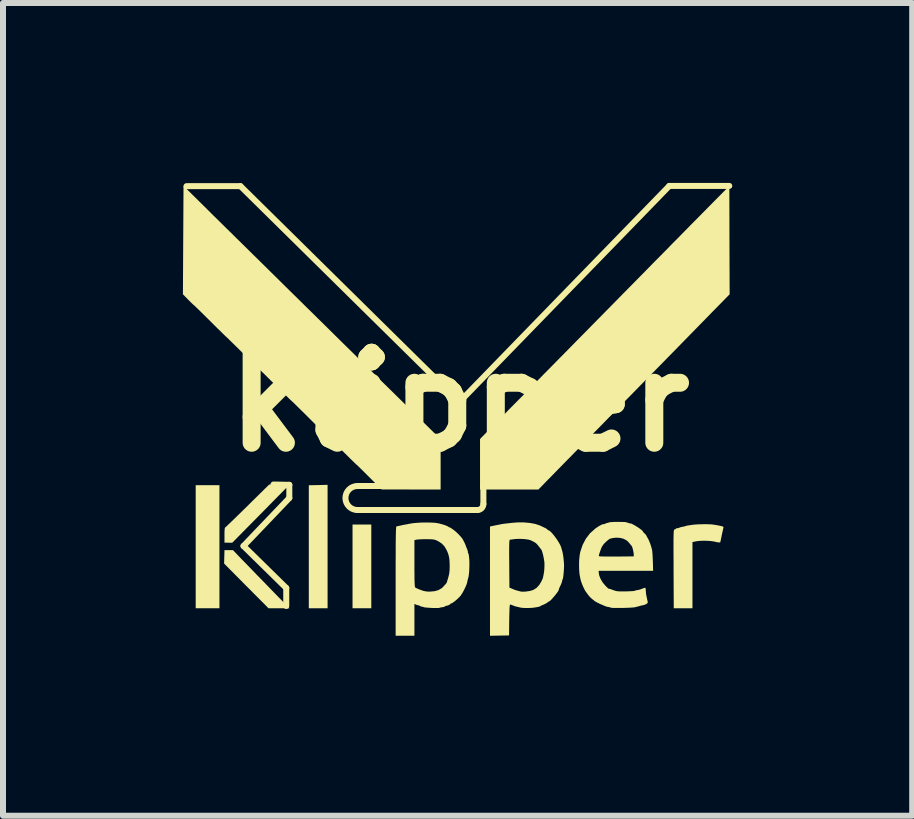
<source format=kicad_pcb>
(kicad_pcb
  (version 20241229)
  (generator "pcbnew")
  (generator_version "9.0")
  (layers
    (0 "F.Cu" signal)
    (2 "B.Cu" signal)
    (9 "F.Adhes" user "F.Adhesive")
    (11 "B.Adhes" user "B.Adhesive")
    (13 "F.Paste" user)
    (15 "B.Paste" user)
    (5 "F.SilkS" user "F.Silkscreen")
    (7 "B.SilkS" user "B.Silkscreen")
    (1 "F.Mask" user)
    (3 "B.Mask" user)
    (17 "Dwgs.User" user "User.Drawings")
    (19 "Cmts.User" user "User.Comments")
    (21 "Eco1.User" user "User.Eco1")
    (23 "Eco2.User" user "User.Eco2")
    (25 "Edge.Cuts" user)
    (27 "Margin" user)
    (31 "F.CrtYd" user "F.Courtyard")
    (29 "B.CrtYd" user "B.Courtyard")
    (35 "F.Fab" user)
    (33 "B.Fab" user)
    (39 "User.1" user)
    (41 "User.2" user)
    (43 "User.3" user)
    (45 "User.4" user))
  (footprint "klipper"
    (layer "F.Cu")
    (at 4.61 3.654)
    (property "Reference" "klipper" (at 0 0 0) (layer "F.SilkS") (effects (font (size 1.5 1.5) (thickness 0.3))))
    (attr board_only exclude_from_pos_files exclude_from_bom)
    (fp_line (start -4.55 -3.6) (end -3.65 -3.6) (stroke (width 0.1) (type default)) (layer "F.SilkS"))
    (fp_line (start -3.65 -3.6) (end 0 0) (stroke (width 0.1) (type default)) (layer "F.SilkS"))
    (fp_line (start -3.6 2.4) (end -2.887 3.1) (stroke (width 0.1) (type default)) (layer "F.SilkS"))
    (fp_line (start -2.887 3.4) (end -2.887 3.1) (stroke (width 0.1) (type default)) (layer "F.SilkS"))
    (fp_line (start -2.836 1.38) (end -3.1 1.375) (stroke (width 0.1) (type default)) (layer "F.SilkS"))
    (fp_line (start -2.836 1.38) (end -2.836 1.6) (stroke (width 0.1) (type default)) (layer "F.SilkS"))
    (fp_line (start -2.836 1.6) (end -3.6 2.4) (stroke (width 0.1) (type default)) (layer "F.SilkS"))
    (fp_line (start -1.7 1.4) (end -1 1.4) (stroke (width 0.1) (type default)) (layer "F.SilkS"))
    (fp_line (start 0.3 1.8) (end -1.7 1.8) (stroke (width 0.1) (type default)) (layer "F.SilkS"))
    (fp_line (start 0.4 1.7) (end 0.4 1.4) (stroke (width 0.1) (type default)) (layer "F.SilkS"))
    (fp_line (start 3.5 -3.604) (end 0 0) (stroke (width 0.1) (type default)) (layer "F.SilkS"))
    (fp_line (start 3.5 -3.604) (end 4.5 -3.604) (stroke (width 0.1) (type default)) (layer "F.SilkS"))
    (fp_arc (start -1.7 1.8) (mid -1.9 1.6) (end -1.7 1.4) (stroke (width 0.1) (type default)) (layer "F.SilkS"))
    (fp_arc (start 0.4 1.7) (mid 0.370711 1.770711) (end 0.3 1.8) (stroke (width 0.1) (type default)) (layer "F.SilkS"))
    (fp_poly (pts (xy -4.001 2.412) (xy -4.001 3.438) (xy -4.199 3.438) (xy -4.397 3.438) (xy -4.397 2.412) (xy -4.397 1.386) (xy -4.199 1.386) (xy -4.001 1.386)) (stroke (width 0) (type solid)) (fill yes) (layer "F.SilkS"))
    (fp_poly (pts (xy -2.198 2.409) (xy -2.198 3.438) (xy -2.355 3.438) (xy -2.511 3.438) (xy -2.511 2.412) (xy -2.511 1.387) (xy -2.355 1.384) (xy -2.198 1.38)) (stroke (width 0) (type solid)) (fill yes) (layer "F.SilkS"))
    (fp_poly (pts (xy -1.469 2.74) (xy -1.469 3.438) (xy -1.625 3.438) (xy -1.782 3.438) (xy -1.782 2.74) (xy -1.782 2.042) (xy -1.625 2.042) (xy -1.469 2.042)) (stroke (width 0) (type solid)) (fill yes) (layer "F.SilkS"))
    (fp_poly (pts (xy -3.673 2.576) (xy -3.648 2.602) (xy -3.611 2.64) (xy -3.562 2.69) (xy -3.505 2.749) (xy -3.44 2.816) (xy -3.371 2.888) (xy -3.297 2.963) (xy -3.222 3.04) (xy -3.148 3.117) (xy -3.075 3.192) (xy -3.006 3.263) (xy -2.943 3.327) (xy -2.887 3.384) (xy -2.868 3.404) (xy -2.834 3.438) (xy -3.009 3.438) (xy -3.183 3.438) (xy -3.553 3.066) (xy -3.923 2.693) (xy -3.92 2.581) (xy -3.917 2.469) (xy -3.846 2.469) (xy -3.775 2.469)) (stroke (width 0) (type solid)) (fill yes) (layer "F.SilkS"))
    (fp_poly (pts (xy -3.004 1.378) (xy -2.836 1.38) (xy -3.311 1.863) (xy -3.787 2.345) (xy -3.852 2.345) (xy -3.917 2.344) (xy -3.917 2.219) (xy -3.917 2.171) (xy -3.915 2.131) (xy -3.912 2.104) (xy -3.909 2.094) (xy -3.909 2.094) (xy -3.9 2.087) (xy -3.878 2.067) (xy -3.845 2.035) (xy -3.801 1.993) (xy -3.749 1.943) (xy -3.69 1.885) (xy -3.625 1.822) (xy -3.594 1.791) (xy -3.525 1.724) (xy -3.459 1.658) (xy -3.398 1.598) (xy -3.342 1.543) (xy -3.295 1.497) (xy -3.259 1.461) (xy -3.234 1.436) (xy -3.229 1.432) (xy -3.171 1.375)) (stroke (width 0) (type solid)) (fill yes) (layer "F.SilkS"))
    (fp_poly (pts (xy 4.197 2.039) (xy 4.253 2.046) (xy 4.31 2.056) (xy 4.313 2.056) (xy 4.333 2.061) (xy 4.363 2.067) (xy 4.368 2.068) (xy 4.393 2.075) (xy 4.403 2.085) (xy 4.402 2.098) (xy 4.396 2.122) (xy 4.389 2.155) (xy 4.386 2.167) (xy 4.378 2.202) (xy 4.372 2.233) (xy 4.371 2.24) (xy 4.364 2.272) (xy 4.36 2.292) (xy 4.354 2.317) (xy 4.352 2.331) (xy 4.348 2.339) (xy 4.333 2.341) (xy 4.305 2.338) (xy 4.262 2.329) (xy 4.238 2.324) (xy 4.189 2.317) (xy 4.128 2.313) (xy 4.063 2.312) (xy 4.001 2.315) (xy 3.951 2.321) (xy 3.946 2.322) (xy 3.886 2.335) (xy 3.886 2.887) (xy 3.886 3.438) (xy 3.73 3.438) (xy 3.574 3.438) (xy 3.571 2.782) (xy 3.571 2.648) (xy 3.57 2.534) (xy 3.57 2.438) (xy 3.57 2.358) (xy 3.57 2.293) (xy 3.571 2.242) (xy 3.572 2.202) (xy 3.573 2.172) (xy 3.575 2.151) (xy 3.577 2.138) (xy 3.58 2.13) (xy 3.583 2.126) (xy 3.587 2.125) (xy 3.602 2.12) (xy 3.605 2.115) (xy 3.614 2.107) (xy 3.626 2.105) (xy 3.653 2.1) (xy 3.665 2.095) (xy 3.687 2.087) (xy 3.718 2.08) (xy 3.723 2.079) (xy 3.751 2.074) (xy 3.77 2.068) (xy 3.773 2.067) (xy 3.788 2.062) (xy 3.815 2.057) (xy 3.821 2.056) (xy 3.859 2.051) (xy 3.896 2.045) (xy 3.896 2.045) (xy 3.921 2.043) (xy 3.961 2.04) (xy 4.011 2.038) (xy 4.063 2.037) (xy 4.137 2.037)) (stroke (width 0) (type solid)) (fill yes) (layer "F.SilkS"))
    (fp_poly (pts (xy 4.503 -2.7) (xy 4.506 -1.797) (xy 4.358 -1.646) (xy 4.244 -1.53) (xy 4.12 -1.403) (xy 3.989 -1.269) (xy 3.856 -1.133) (xy 3.724 -0.998) (xy 3.597 -0.868) (xy 3.479 -0.748) (xy 3.442 -0.71) (xy 3.366 -0.632) (xy 3.28 -0.545) (xy 3.189 -0.452) (xy 3.098 -0.36) (xy 3.012 -0.272) (xy 2.936 -0.194) (xy 2.931 -0.189) (xy 2.764 -0.019) (xy 2.611 0.138) (xy 2.469 0.282) (xy 2.338 0.416) (xy 2.216 0.54) (xy 2.102 0.657) (xy 1.995 0.766) (xy 1.913 0.849) (xy 1.844 0.92) (xy 1.77 0.995) (xy 1.696 1.071) (xy 1.624 1.144) (xy 1.559 1.211) (xy 1.504 1.268) (xy 1.487 1.284) (xy 1.317 1.459) (xy 0.83 1.459) (xy 0.344 1.459) (xy 0.344 1.037) (xy 0.344 0.616) (xy 0.413 0.545) (xy 0.435 0.523) (xy 0.47 0.487) (xy 0.515 0.441) (xy 0.57 0.386) (xy 0.631 0.323) (xy 0.698 0.255) (xy 0.769 0.184) (xy 0.816 0.135) (xy 0.902 0.048) (xy 0.998 -0.049) (xy 1.1 -0.152) (xy 1.204 -0.258) (xy 1.305 -0.36) (xy 1.4 -0.457) (xy 1.479 -0.537) (xy 1.564 -0.623) (xy 1.659 -0.72) (xy 1.761 -0.823) (xy 1.864 -0.928) (xy 1.966 -1.032) (xy 2.061 -1.128) (xy 2.141 -1.209) (xy 2.227 -1.297) (xy 2.324 -1.395) (xy 2.426 -1.499) (xy 2.531 -1.605) (xy 2.633 -1.709) (xy 2.729 -1.807) (xy 2.808 -1.887) (xy 2.961 -2.042) (xy 3.101 -2.184) (xy 3.228 -2.314) (xy 3.345 -2.432) (xy 3.452 -2.54) (xy 3.549 -2.64) (xy 3.64 -2.731) (xy 3.724 -2.817) (xy 3.803 -2.897) (xy 3.877 -2.973) (xy 3.95 -3.046) (xy 4.02 -3.117) (xy 4.09 -3.188) (xy 4.154 -3.253) (xy 4.501 -3.604)) (stroke (width 0) (type solid)) (fill yes) (layer "F.SilkS"))
    (fp_poly (pts (xy -4.282 -3.29) (xy -4.2 -3.209) (xy -4.108 -3.117) (xy -4.008 -3.019) (xy -3.906 -2.918) (xy -3.805 -2.819) (xy -3.71 -2.725) (xy -3.625 -2.642) (xy -3.451 -2.47) (xy -3.29 -2.312) (xy -3.142 -2.166) (xy -3.005 -2.031) (xy -2.879 -1.906) (xy -2.761 -1.79) (xy -2.651 -1.682) (xy -2.548 -1.58) (xy -2.45 -1.484) (xy -2.356 -1.391) (xy -2.265 -1.302) (xy -2.25 -1.287) (xy -2.078 -1.117) (xy -1.911 -0.952) (xy -1.749 -0.793) (xy -1.593 -0.639) (xy -1.444 -0.493) (xy -1.303 -0.353) (xy -1.17 -0.223) (xy -1.046 -0.101) (xy -0.932 0.011) (xy -0.828 0.113) (xy -0.736 0.204) (xy -0.656 0.282) (xy -0.589 0.348) (xy -0.535 0.401) (xy -0.503 0.433) (xy -0.313 0.618) (xy -0.313 1.038) (xy -0.313 1.459) (xy -0.805 1.458) (xy -1.297 1.457) (xy -1.505 1.25) (xy -1.559 1.196) (xy -1.608 1.147) (xy -1.65 1.106) (xy -1.683 1.073) (xy -1.706 1.051) (xy -1.717 1.042) (xy -1.717 1.042) (xy -1.725 1.035) (xy -1.746 1.015) (xy -1.779 0.983) (xy -1.821 0.942) (xy -1.871 0.892) (xy -1.928 0.836) (xy -1.988 0.776) (xy -2.049 0.715) (xy -2.105 0.659) (xy -2.156 0.61) (xy -2.198 0.569) (xy -2.23 0.537) (xy -2.251 0.517) (xy -2.258 0.51) (xy -2.266 0.503) (xy -2.287 0.483) (xy -2.32 0.452) (xy -2.362 0.41) (xy -2.412 0.361) (xy -2.469 0.305) (xy -2.529 0.245) (xy -2.59 0.184) (xy -2.647 0.128) (xy -2.697 0.079) (xy -2.739 0.037) (xy -2.771 0.006) (xy -2.792 -0.014) (xy -2.8 -0.021) (xy -2.808 -0.028) (xy -2.829 -0.048) (xy -2.862 -0.08) (xy -2.904 -0.121) (xy -2.954 -0.171) (xy -3.011 -0.227) (xy -3.071 -0.287) (xy -3.132 -0.347) (xy -3.189 -0.403) (xy -3.239 -0.453) (xy -3.281 -0.494) (xy -3.313 -0.525) (xy -3.334 -0.545) (xy -3.342 -0.552) (xy -3.35 -0.559) (xy -3.371 -0.579) (xy -3.403 -0.611) (xy -3.446 -0.652) (xy -3.496 -0.702) (xy -3.553 -0.758) (xy -3.613 -0.818) (xy -3.674 -0.879) (xy -3.731 -0.935) (xy -3.781 -0.984) (xy -3.823 -1.025) (xy -3.855 -1.057) (xy -3.876 -1.077) (xy -3.884 -1.084) (xy -3.892 -1.091) (xy -3.913 -1.111) (xy -3.945 -1.142) (xy -3.987 -1.184) (xy -4.038 -1.233) (xy -4.094 -1.289) (xy -4.154 -1.349) (xy -4.216 -1.41) (xy -4.272 -1.466) (xy -4.323 -1.516) (xy -4.365 -1.557) (xy -4.397 -1.588) (xy -4.418 -1.608) (xy -4.426 -1.615) (xy -4.435 -1.622) (xy -4.455 -1.641) (xy -4.484 -1.669) (xy -4.519 -1.704) (xy -4.521 -1.706) (xy -4.61 -1.797) (xy -4.605 -2.7) (xy -4.6 -3.604)) (stroke (width 0) (type solid)) (fill yes) (layer "F.SilkS"))
    (fp_poly (pts (xy 1.08 2.007) (xy 1.177 2.016) (xy 1.264 2.032) (xy 1.337 2.056) (xy 1.355 2.064) (xy 1.391 2.081) (xy 1.426 2.098) (xy 1.435 2.102) (xy 1.457 2.115) (xy 1.469 2.126) (xy 1.469 2.127) (xy 1.477 2.135) (xy 1.48 2.136) (xy 1.5 2.144) (xy 1.528 2.168) (xy 1.56 2.203) (xy 1.593 2.245) (xy 1.627 2.292) (xy 1.657 2.34) (xy 1.682 2.385) (xy 1.698 2.424) (xy 1.702 2.441) (xy 1.708 2.461) (xy 1.712 2.474) (xy 1.722 2.513) (xy 1.731 2.566) (xy 1.738 2.624) (xy 1.743 2.682) (xy 1.745 2.731) (xy 1.743 2.781) (xy 1.74 2.832) (xy 1.735 2.879) (xy 1.731 2.918) (xy 1.726 2.944) (xy 1.723 2.95) (xy 1.717 2.966) (xy 1.713 2.982) (xy 1.709 3) (xy 1.702 3.021) (xy 1.689 3.051) (xy 1.671 3.089) (xy 1.661 3.113) (xy 1.657 3.128) (xy 1.657 3.129) (xy 1.652 3.144) (xy 1.636 3.169) (xy 1.612 3.201) (xy 1.584 3.236) (xy 1.555 3.269) (xy 1.528 3.299) (xy 1.505 3.319) (xy 1.491 3.328) (xy 1.489 3.328) (xy 1.48 3.329) (xy 1.479 3.331) (xy 1.471 3.34) (xy 1.45 3.354) (xy 1.424 3.368) (xy 1.399 3.38) (xy 1.382 3.386) (xy 1.379 3.386) (xy 1.368 3.391) (xy 1.366 3.393) (xy 1.348 3.405) (xy 1.313 3.416) (xy 1.266 3.424) (xy 1.212 3.431) (xy 1.154 3.434) (xy 1.098 3.434) (xy 1.048 3.431) (xy 1.021 3.427) (xy 0.977 3.417) (xy 0.947 3.41) (xy 0.925 3.404) (xy 0.905 3.396) (xy 0.892 3.391) (xy 0.866 3.381) (xy 0.847 3.376) (xy 0.844 3.376) (xy 0.841 3.386) (xy 0.837 3.416) (xy 0.835 3.466) (xy 0.833 3.533) (xy 0.831 3.619) (xy 0.831 3.633) (xy 0.828 3.891) (xy 0.669 3.894) (xy 0.51 3.897) (xy 0.51 2.986) (xy 0.51 2.486) (xy 0.83 2.486) (xy 0.83 2.564) (xy 0.831 2.661) (xy 0.831 2.694) (xy 0.834 3.094) (xy 0.868 3.108) (xy 0.918 3.129) (xy 0.968 3.145) (xy 1 3.153) (xy 1.02 3.158) (xy 1.029 3.161) (xy 1.04 3.162) (xy 1.066 3.162) (xy 1.102 3.16) (xy 1.104 3.16) (xy 1.18 3.149) (xy 1.233 3.132) (xy 1.287 3.098) (xy 1.333 3.048) (xy 1.37 2.985) (xy 1.382 2.958) (xy 1.39 2.941) (xy 1.391 2.938) (xy 1.404 2.879) (xy 1.414 2.812) (xy 1.418 2.744) (xy 1.418 2.681) (xy 1.413 2.641) (xy 1.409 2.617) (xy 1.403 2.585) (xy 1.402 2.579) (xy 1.394 2.543) (xy 1.384 2.507) (xy 1.374 2.477) (xy 1.366 2.46) (xy 1.365 2.459) (xy 1.356 2.448) (xy 1.339 2.426) (xy 1.32 2.401) (xy 1.295 2.371) (xy 1.271 2.349) (xy 1.239 2.329) (xy 1.195 2.308) (xy 1.188 2.304) (xy 1.154 2.294) (xy 1.106 2.287) (xy 1.049 2.282) (xy 0.991 2.281) (xy 0.936 2.283) (xy 0.901 2.287) (xy 0.871 2.292) (xy 0.847 2.294) (xy 0.844 2.294) (xy 0.84 2.296) (xy 0.837 2.303) (xy 0.834 2.318) (xy 0.832 2.342) (xy 0.831 2.376) (xy 0.83 2.424) (xy 0.83 2.486) (xy 0.51 2.486) (xy 0.51 2.075) (xy 0.57 2.062) (xy 0.606 2.055) (xy 0.634 2.049) (xy 0.646 2.047) (xy 0.668 2.043) (xy 0.688 2.038) (xy 0.715 2.033) (xy 0.75 2.028) (xy 0.761 2.027) (xy 0.797 2.023) (xy 0.843 2.018) (xy 0.875 2.014) (xy 0.978 2.006)) (stroke (width 0) (type solid)) (fill yes) (layer "F.SilkS"))
    (fp_poly (pts (xy -0.485 2.009) (xy -0.422 2.012) (xy -0.391 2.015) (xy -0.349 2.022) (xy -0.303 2.034) (xy -0.257 2.047) (xy -0.217 2.062) (xy -0.189 2.075) (xy -0.181 2.081) (xy -0.17 2.09) (xy -0.167 2.089) (xy -0.159 2.09) (xy -0.14 2.101) (xy -0.114 2.119) (xy -0.084 2.141) (xy -0.078 2.146) (xy -0.037 2.182) (xy 0.001 2.221) (xy 0.034 2.258) (xy 0.055 2.286) (xy 0.056 2.289) (xy 0.072 2.319) (xy 0.088 2.351) (xy 0.099 2.376) (xy 0.105 2.39) (xy 0.105 2.391) (xy 0.108 2.403) (xy 0.118 2.427) (xy 0.126 2.444) (xy 0.136 2.473) (xy 0.142 2.493) (xy 0.141 2.498) (xy 0.141 2.51) (xy 0.145 2.515) (xy 0.154 2.537) (xy 0.16 2.576) (xy 0.165 2.627) (xy 0.167 2.685) (xy 0.166 2.748) (xy 0.164 2.809) (xy 0.159 2.866) (xy 0.152 2.914) (xy 0.143 2.948) (xy 0.137 2.969) (xy 0.131 2.998) (xy 0.131 3.002) (xy 0.121 3.037) (xy 0.102 3.082) (xy 0.078 3.132) (xy 0.052 3.18) (xy 0.026 3.22) (xy 0.018 3.232) (xy -0.005 3.256) (xy -0.034 3.284) (xy -0.065 3.311) (xy -0.096 3.335) (xy -0.121 3.352) (xy -0.137 3.358) (xy -0.139 3.358) (xy -0.145 3.359) (xy -0.146 3.362) (xy -0.155 3.372) (xy -0.175 3.384) (xy -0.2 3.394) (xy -0.22 3.398) (xy -0.223 3.397) (xy -0.237 3.403) (xy -0.239 3.406) (xy -0.254 3.415) (xy -0.279 3.42) (xy -0.282 3.42) (xy -0.309 3.424) (xy -0.327 3.429) (xy -0.328 3.43) (xy -0.344 3.433) (xy -0.374 3.434) (xy -0.414 3.434) (xy -0.459 3.433) (xy -0.504 3.43) (xy -0.546 3.427) (xy -0.578 3.424) (xy -0.596 3.419) (xy -0.599 3.417) (xy -0.608 3.415) (xy -0.63 3.411) (xy -0.63 3.41) (xy -0.655 3.403) (xy -0.669 3.393) (xy -0.676 3.386) (xy -0.677 3.389) (xy -0.686 3.39) (xy -0.706 3.384) (xy -0.714 3.381) (xy -0.75 3.366) (xy -0.75 3.631) (xy -0.75 3.896) (xy -0.906 3.896) (xy -1.063 3.896) (xy -1.063 2.985) (xy -1.063 2.825) (xy -1.063 2.684) (xy -1.062 2.562) (xy -1.062 2.457) (xy -1.062 2.367) (xy -1.061 2.303) (xy -0.75 2.303) (xy -0.75 2.692) (xy -0.75 2.798) (xy -0.749 2.885) (xy -0.749 2.954) (xy -0.747 3.008) (xy -0.745 3.046) (xy -0.743 3.072) (xy -0.74 3.087) (xy -0.737 3.091) (xy -0.713 3.105) (xy -0.676 3.121) (xy -0.634 3.137) (xy -0.594 3.15) (xy -0.569 3.155) (xy -0.531 3.16) (xy -0.486 3.16) (xy -0.429 3.155) (xy -0.412 3.153) (xy -0.351 3.136) (xy -0.296 3.104) (xy -0.276 3.086) (xy -0.238 3.045) (xy -0.215 3.017) (xy -0.208 3.003) (xy -0.205 2.99) (xy -0.197 2.963) (xy -0.186 2.927) (xy -0.185 2.922) (xy -0.174 2.881) (xy -0.167 2.839) (xy -0.163 2.79) (xy -0.162 2.73) (xy -0.164 2.657) (xy -0.17 2.599) (xy -0.181 2.549) (xy -0.198 2.501) (xy -0.215 2.465) (xy -0.25 2.405) (xy -0.293 2.36) (xy -0.347 2.324) (xy -0.361 2.317) (xy -0.387 2.304) (xy -0.41 2.296) (xy -0.435 2.291) (xy -0.467 2.288) (xy -0.51 2.287) (xy -0.557 2.287) (xy -0.611 2.287) (xy -0.659 2.289) (xy -0.698 2.292) (xy -0.72 2.295) (xy -0.721 2.295) (xy -0.75 2.303) (xy -1.061 2.303) (xy -1.061 2.293) (xy -1.06 2.231) (xy -1.059 2.182) (xy -1.058 2.144) (xy -1.056 2.115) (xy -1.055 2.095) (xy -1.053 2.082) (xy -1.05 2.075) (xy -1.047 2.072) (xy -1.047 2.072) (xy -1.028 2.069) (xy -1.024 2.069) (xy -1.01 2.065) (xy -0.985 2.06) (xy -0.956 2.053) (xy -0.932 2.048) (xy -0.927 2.047) (xy -0.915 2.045) (xy -0.889 2.04) (xy -0.875 2.038) (xy -0.842 2.031) (xy -0.814 2.026) (xy -0.807 2.025) (xy -0.761 2.018) (xy -0.7 2.013) (xy -0.629 2.009) (xy -0.556 2.008)) (stroke (width 0) (type solid)) (fill yes) (layer "F.SilkS"))
    (fp_poly (pts (xy 2.715 1.999) (xy 2.758 2) (xy 2.785 2.005) (xy 2.81 2.013) (xy 2.833 2.021) (xy 2.847 2.023) (xy 2.865 2.026) (xy 2.894 2.04) (xy 2.93 2.06) (xy 2.969 2.084) (xy 3.006 2.109) (xy 3.037 2.133) (xy 3.057 2.152) (xy 3.063 2.162) (xy 3.071 2.176) (xy 3.085 2.188) (xy 3.106 2.209) (xy 3.116 2.224) (xy 3.128 2.248) (xy 3.144 2.276) (xy 3.145 2.276) (xy 3.162 2.312) (xy 3.181 2.359) (xy 3.198 2.411) (xy 3.211 2.459) (xy 3.214 2.474) (xy 3.217 2.5) (xy 3.22 2.541) (xy 3.223 2.593) (xy 3.225 2.65) (xy 3.226 2.664) (xy 3.23 2.813) (xy 2.777 2.813) (xy 2.323 2.813) (xy 2.323 2.844) (xy 2.332 2.894) (xy 2.355 2.951) (xy 2.39 3.009) (xy 2.43 3.057) (xy 2.457 3.085) (xy 2.478 3.105) (xy 2.489 3.113) (xy 2.49 3.113) (xy 2.499 3.113) (xy 2.521 3.119) (xy 2.545 3.128) (xy 2.58 3.141) (xy 2.612 3.15) (xy 2.625 3.153) (xy 2.652 3.156) (xy 2.69 3.157) (xy 2.735 3.157) (xy 2.784 3.157) (xy 2.831 3.155) (xy 2.873 3.153) (xy 2.904 3.151) (xy 2.921 3.148) (xy 2.922 3.146) (xy 2.931 3.143) (xy 2.953 3.138) (xy 2.98 3.133) (xy 2.985 3.132) (xy 3.011 3.126) (xy 3.032 3.118) (xy 3.061 3.107) (xy 3.081 3.1) (xy 3.093 3.097) (xy 3.1 3.098) (xy 3.105 3.108) (xy 3.107 3.131) (xy 3.11 3.17) (xy 3.11 3.175) (xy 3.113 3.202) (xy 3.12 3.239) (xy 3.125 3.261) (xy 3.132 3.297) (xy 3.139 3.326) (xy 3.141 3.337) (xy 3.135 3.354) (xy 3.111 3.371) (xy 3.073 3.385) (xy 3.048 3.39) (xy 3.017 3.397) (xy 2.987 3.406) (xy 2.952 3.415) (xy 2.917 3.423) (xy 2.893 3.425) (xy 2.852 3.428) (xy 2.802 3.43) (xy 2.745 3.432) (xy 2.687 3.433) (xy 2.633 3.433) (xy 2.587 3.433) (xy 2.554 3.432) (xy 2.542 3.431) (xy 2.515 3.425) (xy 2.5 3.42) (xy 2.482 3.416) (xy 2.477 3.416) (xy 2.461 3.413) (xy 2.431 3.403) (xy 2.394 3.387) (xy 2.352 3.369) (xy 2.312 3.35) (xy 2.278 3.332) (xy 2.256 3.319) (xy 2.25 3.314) (xy 2.239 3.304) (xy 2.218 3.288) (xy 2.208 3.28) (xy 2.18 3.254) (xy 2.151 3.221) (xy 2.141 3.207) (xy 2.122 3.181) (xy 2.108 3.162) (xy 2.104 3.157) (xy 2.095 3.143) (xy 2.081 3.115) (xy 2.064 3.08) (xy 2.048 3.042) (xy 2.035 3.007) (xy 2.026 2.981) (xy 2.026 2.98) (xy 2.019 2.952) (xy 2.015 2.934) (xy 2.015 2.933) (xy 2.003 2.872) (xy 1.997 2.797) (xy 1.995 2.716) (xy 1.997 2.634) (xy 2.004 2.568) (xy 2.323 2.568) (xy 2.334 2.571) (xy 2.364 2.574) (xy 2.414 2.575) (xy 2.484 2.576) (xy 2.572 2.576) (xy 2.615 2.576) (xy 2.907 2.573) (xy 2.907 2.541) (xy 2.904 2.511) (xy 2.897 2.474) (xy 2.888 2.438) (xy 2.879 2.41) (xy 2.874 2.402) (xy 2.842 2.362) (xy 2.819 2.336) (xy 2.8 2.317) (xy 2.782 2.303) (xy 2.78 2.302) (xy 2.733 2.278) (xy 2.673 2.264) (xy 2.609 2.261) (xy 2.547 2.269) (xy 2.526 2.275) (xy 2.512 2.278) (xy 2.511 2.278) (xy 2.5 2.284) (xy 2.478 2.301) (xy 2.451 2.324) (xy 2.422 2.352) (xy 2.421 2.352) (xy 2.398 2.379) (xy 2.378 2.41) (xy 2.366 2.436) (xy 2.352 2.472) (xy 2.339 2.51) (xy 2.329 2.543) (xy 2.324 2.566) (xy 2.323 2.568) (xy 2.004 2.568) (xy 2.005 2.558) (xy 2.015 2.5) (xy 2.054 2.383) (xy 2.108 2.279) (xy 2.178 2.188) (xy 2.264 2.111) (xy 2.282 2.098) (xy 2.324 2.07) (xy 2.361 2.05) (xy 2.388 2.037) (xy 2.403 2.035) (xy 2.404 2.036) (xy 2.416 2.036) (xy 2.422 2.032) (xy 2.442 2.022) (xy 2.46 2.017) (xy 2.479 2.013) (xy 2.485 2.011) (xy 2.495 2.006) (xy 2.524 2.002) (xy 2.572 1.999) (xy 2.636 1.998)) (stroke (width 0) (type solid)) (fill yes) (layer "F.SilkS")))
  (gr_rect
    (start -3 -3)
    (end 12.16 10.551)
    (stroke (width 0.1) (type default))
    (fill no)
    (layer "Edge.Cuts")))
</source>
